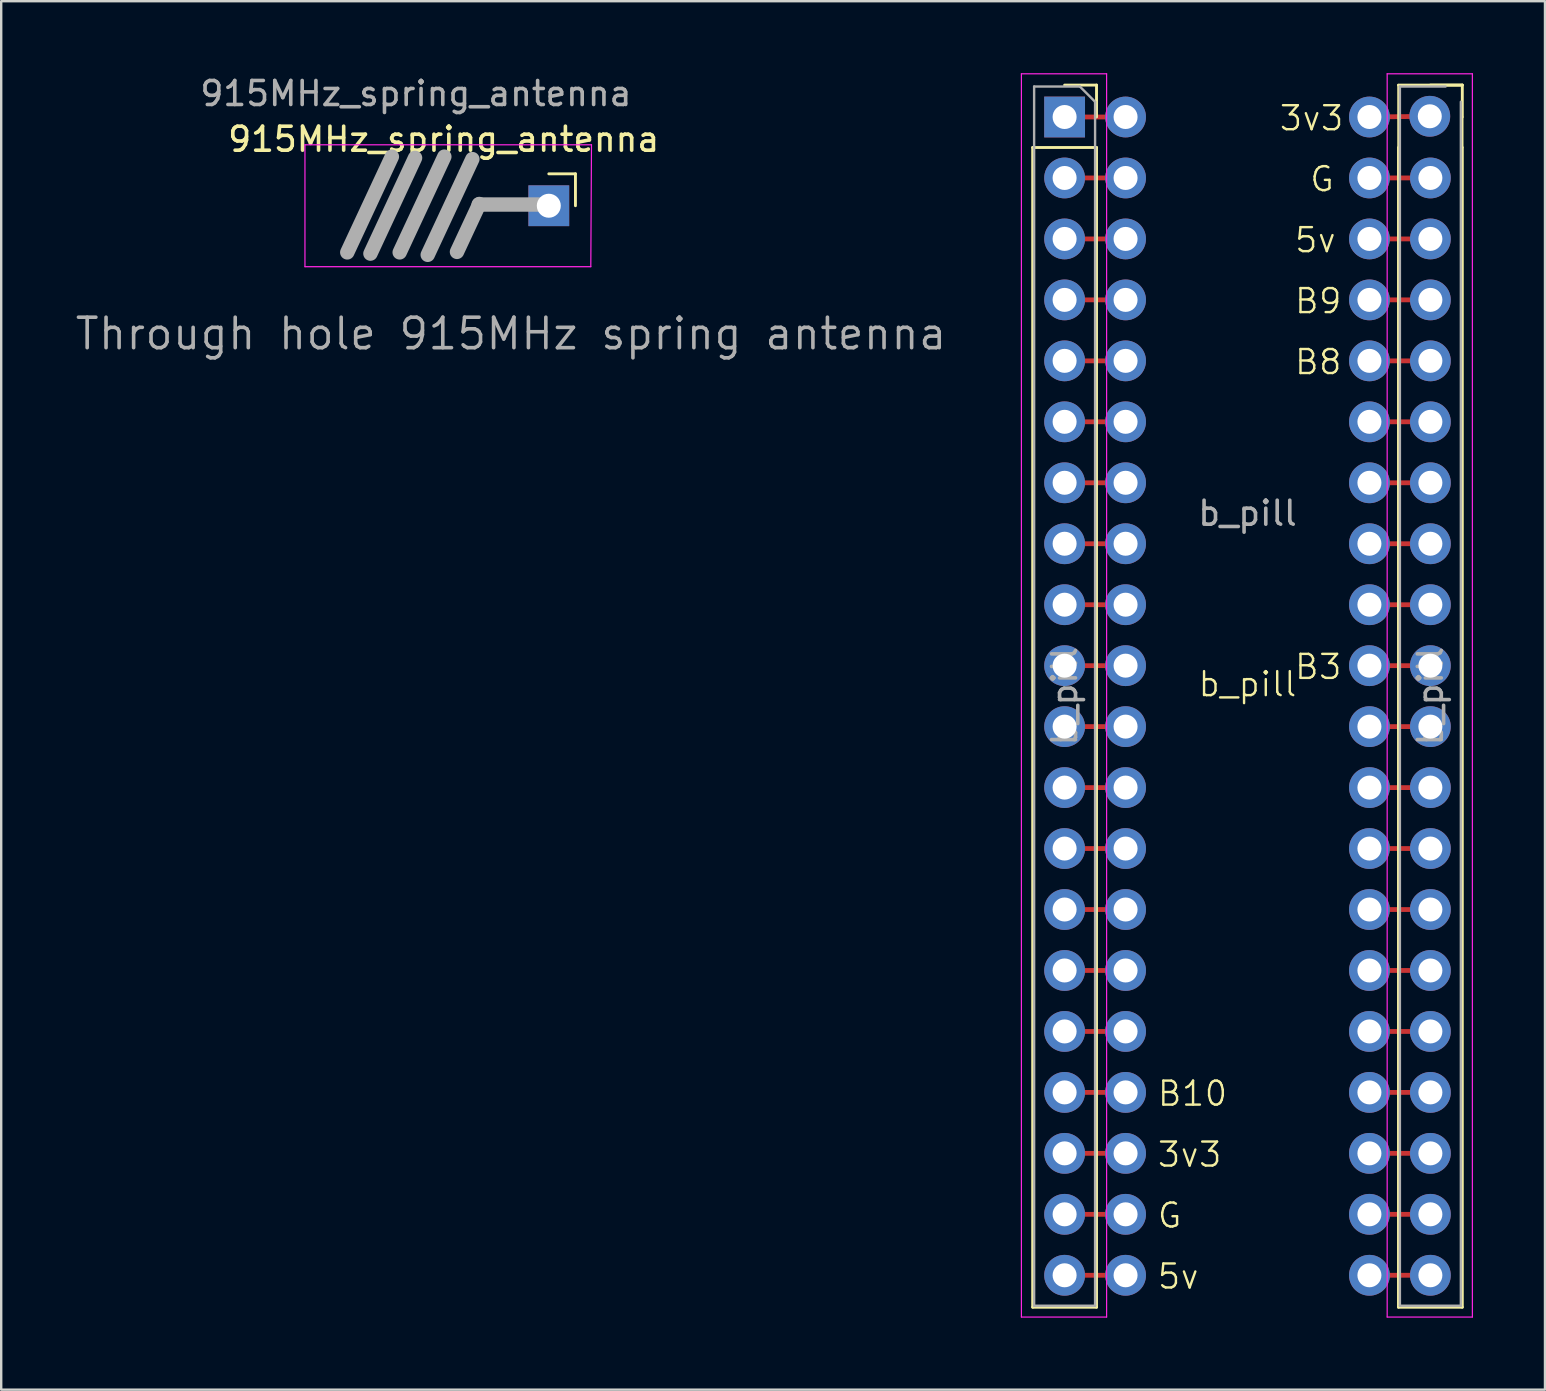
<source format=kicad_pcb>
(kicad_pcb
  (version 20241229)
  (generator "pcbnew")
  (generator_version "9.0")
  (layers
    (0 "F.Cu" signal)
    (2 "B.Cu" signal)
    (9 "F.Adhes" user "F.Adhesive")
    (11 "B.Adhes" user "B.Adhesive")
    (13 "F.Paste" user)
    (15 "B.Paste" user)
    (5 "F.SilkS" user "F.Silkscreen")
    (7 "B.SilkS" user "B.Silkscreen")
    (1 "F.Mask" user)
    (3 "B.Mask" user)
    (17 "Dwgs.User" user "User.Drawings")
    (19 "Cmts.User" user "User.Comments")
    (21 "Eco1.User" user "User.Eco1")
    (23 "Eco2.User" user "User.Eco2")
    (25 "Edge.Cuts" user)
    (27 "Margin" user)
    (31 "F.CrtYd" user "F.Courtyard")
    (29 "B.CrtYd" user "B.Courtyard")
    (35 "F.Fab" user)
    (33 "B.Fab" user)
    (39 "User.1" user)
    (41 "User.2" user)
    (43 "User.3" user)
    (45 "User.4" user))
  (footprint "915MHz_spring_antenna"
    (layer "F.Cu")
    (at 19.816 5.522)
    (property "Reference" "915MHz_spring_antenna" (at -4.38 -2.77 0) (layer "F.SilkS") (effects (font (size 1 1) (thickness 0.15))))
    (property "Description" "Through hole 915MHz spring antenna" (at -1.575 5.334 0) (unlocked yes) (layer "F.Fab") (effects (font (size 1.27 1.27) (thickness 0.15))))
    (attr through_hole)
    (fp_line (start 0 -1.33) (end 1.11 -1.33) (stroke (width 0.12) (type solid)) (layer "F.SilkS"))
    (fp_line (start 1.11 -1.33) (end 1.11 0) (stroke (width 0.12) (type solid)) (layer "F.SilkS"))
    (fp_line (start -10.16 -2.54) (end -10.16 2.54) (stroke (width 0.05) (type solid)) (layer "F.CrtYd"))
    (fp_line (start -10.16 2.54) (end 1.75 2.54) (stroke (width 0.05) (type solid)) (layer "F.CrtYd"))
    (fp_line (start 1.75 2.54) (end 1.778 -2.54) (stroke (width 0.05) (type solid)) (layer "F.CrtYd"))
    (fp_line (start 1.778 -2.54) (end -10.16 -2.54) (stroke (width 0.05) (type solid)) (layer "F.CrtYd"))
    (fp_line (start -8.397 1.943) (end -6.538 -2.045) (stroke (width 0.6) (type solid)) (layer "F.Fab"))
    (fp_line (start -7.432 1.994) (end -5.573 -1.994) (stroke (width 0.6) (type solid)) (layer "F.Fab"))
    (fp_line (start -6.213 1.943) (end -4.353 -2.045) (stroke (width 0.6) (type solid)) (layer "F.Fab"))
    (fp_line (start -5.045 2.045) (end -3.185 -1.943) (stroke (width 0.6) (type solid)) (layer "F.Fab"))
    (fp_line (start -3.826 1.922) (end -2.896 -0.072) (stroke (width 0.6) (type solid)) (layer "F.Fab"))
    (fp_line (start -2.922 -0.051) (end 0.078 -0.051) (stroke (width 0.6) (type solid)) (layer "F.Fab"))
    (fp_line (start 0 0.3) (end 0 -0.3) (stroke (width 0.1) (type solid)) (layer "F.Fab"))
    (fp_text user "${REFERENCE}" (at -5.537 -4.674 0) (layer "F.Fab") (effects (font (size 1 1) (thickness 0.15))))
    (pad "1" thru_hole rect (at 0 0) (size 1.7 1.7) (drill 1) (layers "*.Cu" "*.Mask")))
  (footprint "b_pill"
    (layer "F.Cu")
    (at 48.927 25.955)
    (property "Reference" "b_pill" (at 0 -0.5 0) (unlocked yes) (layer "F.SilkS") (effects (font (size 1 1) (thickness 0.1))))
    (attr through_hole)
    (fp_line (start -7.62 -24.13) (end -5.08 -24.13) (stroke (width 0.2) (type default)) (layer "F.Cu"))
    (fp_line (start -7.62 -21.59) (end -5.08 -21.59) (stroke (width 0.2) (type default)) (layer "F.Cu"))
    (fp_line (start -7.62 -19.05) (end -5.08 -19.05) (stroke (width 0.2) (type default)) (layer "F.Cu"))
    (fp_line (start -7.62 -16.51) (end -5.08 -16.51) (stroke (width 0.2) (type default)) (layer "F.Cu"))
    (fp_line (start -7.62 -13.97) (end -5.08 -13.97) (stroke (width 0.2) (type default)) (layer "F.Cu"))
    (fp_line (start -7.62 -11.43) (end -5.08 -11.43) (stroke (width 0.2) (type default)) (layer "F.Cu"))
    (fp_line (start -7.62 -8.89) (end -5.08 -8.89) (stroke (width 0.2) (type default)) (layer "F.Cu"))
    (fp_line (start -7.62 -6.35) (end -5.08 -6.35) (stroke (width 0.2) (type default)) (layer "F.Cu"))
    (fp_line (start -7.62 -3.81) (end -5.08 -3.81) (stroke (width 0.2) (type default)) (layer "F.Cu"))
    (fp_line (start -7.62 -1.27) (end -5.08 -1.27) (stroke (width 0.2) (type default)) (layer "F.Cu"))
    (fp_line (start -7.62 1.27) (end -5.08 1.27) (stroke (width 0.2) (type default)) (layer "F.Cu"))
    (fp_line (start -7.62 3.81) (end -5.08 3.81) (stroke (width 0.2) (type default)) (layer "F.Cu"))
    (fp_line (start -7.62 6.35) (end -5.08 6.35) (stroke (width 0.2) (type default)) (layer "F.Cu"))
    (fp_line (start -7.62 8.89) (end -5.08 8.89) (stroke (width 0.2) (type default)) (layer "F.Cu"))
    (fp_line (start -7.62 11.43) (end -5.08 11.43) (stroke (width 0.2) (type default)) (layer "F.Cu"))
    (fp_line (start -7.62 13.97) (end -5.08 13.97) (stroke (width 0.2) (type default)) (layer "F.Cu"))
    (fp_line (start -7.62 16.51) (end -5.08 16.51) (stroke (width 0.2) (type default)) (layer "F.Cu"))
    (fp_line (start -7.62 19.05) (end -5.08 19.05) (stroke (width 0.2) (type default)) (layer "F.Cu"))
    (fp_line (start -7.62 21.59) (end -5.08 21.59) (stroke (width 0.2) (type default)) (layer "F.Cu"))
    (fp_line (start -7.62 24.13) (end -5.08 24.13) (stroke (width 0.2) (type default)) (layer "F.Cu"))
    (fp_line (start 5.08 -24.13) (end 7.595 -24.16) (stroke (width 0.2) (type default)) (layer "F.Cu"))
    (fp_line (start 5.08 -21.59) (end 7.62 -21.59) (stroke (width 0.2) (type default)) (layer "F.Cu"))
    (fp_line (start 5.08 -19.05) (end 7.62 -19.05) (stroke (width 0.2) (type default)) (layer "F.Cu"))
    (fp_line (start 5.08 -16.51) (end 7.62 -16.51) (stroke (width 0.2) (type default)) (layer "F.Cu"))
    (fp_line (start 5.08 -13.97) (end 7.62 -13.97) (stroke (width 0.2) (type default)) (layer "F.Cu"))
    (fp_line (start 5.08 -11.43) (end 7.62 -11.43) (stroke (width 0.2) (type default)) (layer "F.Cu"))
    (fp_line (start 5.08 -8.89) (end 7.62 -8.89) (stroke (width 0.2) (type default)) (layer "F.Cu"))
    (fp_line (start 5.08 -6.35) (end 7.62 -6.35) (stroke (width 0.2) (type default)) (layer "F.Cu"))
    (fp_line (start 5.08 -3.81) (end 7.62 -3.81) (stroke (width 0.2) (type default)) (layer "F.Cu"))
    (fp_line (start 5.08 -1.27) (end 7.62 -1.27) (stroke (width 0.2) (type default)) (layer "F.Cu"))
    (fp_line (start 5.08 1.27) (end 7.62 1.27) (stroke (width 0.2) (type default)) (layer "F.Cu"))
    (fp_line (start 5.08 3.81) (end 7.62 3.81) (stroke (width 0.2) (type default)) (layer "F.Cu"))
    (fp_line (start 5.08 6.35) (end 7.62 6.35) (stroke (width 0.2) (type default)) (layer "F.Cu"))
    (fp_line (start 5.08 8.89) (end 7.62 8.89) (stroke (width 0.2) (type default)) (layer "F.Cu"))
    (fp_line (start 5.08 11.43) (end 7.62 11.43) (stroke (width 0.2) (type default)) (layer "F.Cu"))
    (fp_line (start 5.08 13.97) (end 7.62 13.97) (stroke (width 0.2) (type default)) (layer "F.Cu"))
    (fp_line (start 5.08 16.51) (end 7.62 16.51) (stroke (width 0.2) (type default)) (layer "F.Cu"))
    (fp_line (start 5.08 19.05) (end 7.62 19.05) (stroke (width 0.2) (type default)) (layer "F.Cu"))
    (fp_line (start 5.08 21.59) (end 7.62 21.59) (stroke (width 0.2) (type default)) (layer "F.Cu"))
    (fp_line (start 5.08 24.13) (end 7.62 24.13) (stroke (width 0.2) (type default)) (layer "F.Cu"))
    (fp_line (start -8.95 -22.86) (end -8.95 25.46) (stroke (width 0.12) (type solid)) (layer "F.SilkS"))
    (fp_line (start -8.95 -22.86) (end -6.29 -22.86) (stroke (width 0.12) (type solid)) (layer "F.SilkS"))
    (fp_line (start -8.95 25.46) (end -6.29 25.46) (stroke (width 0.12) (type solid)) (layer "F.SilkS"))
    (fp_line (start -7.62 -25.46) (end -6.29 -25.46) (stroke (width 0.12) (type solid)) (layer "F.SilkS"))
    (fp_line (start -6.29 -25.46) (end -6.29 -24.13) (stroke (width 0.12) (type solid)) (layer "F.SilkS"))
    (fp_line (start -6.29 -22.86) (end -6.29 25.46) (stroke (width 0.12) (type solid)) (layer "F.SilkS"))
    (fp_line (start 6.29 -25.46) (end 6.29 -22.86) (stroke (width 0.1) (type default)) (layer "F.SilkS"))
    (fp_line (start 6.29 -25.46) (end 8.95 -25.46) (stroke (width 0.12) (type solid)) (layer "F.SilkS"))
    (fp_line (start 6.29 -22.86) (end 6.29 25.46) (stroke (width 0.12) (type solid)) (layer "F.SilkS"))
    (fp_line (start 6.29 25.46) (end 8.95 25.46) (stroke (width 0.12) (type solid)) (layer "F.SilkS"))
    (fp_line (start 7.62 -25.46) (end 8.95 -25.46) (stroke (width 0.12) (type solid)) (layer "F.SilkS"))
    (fp_line (start 8.95 -25.46) (end 8.95 -24.13) (stroke (width 0.12) (type solid)) (layer "F.SilkS"))
    (fp_line (start 8.95 -24.13) (end 8.95 -22.86) (stroke (width 0.1) (type default)) (layer "F.SilkS"))
    (fp_line (start 8.95 -22.86) (end 8.95 25.46) (stroke (width 0.12) (type solid)) (layer "F.SilkS"))
    (fp_line (start -9.42 -25.93) (end -5.87 -25.93) (stroke (width 0.05) (type solid)) (layer "F.CrtYd"))
    (fp_line (start -9.42 25.87) (end -9.42 -25.93) (stroke (width 0.05) (type solid)) (layer "F.CrtYd"))
    (fp_line (start -5.87 -25.93) (end -5.87 25.87) (stroke (width 0.05) (type solid)) (layer "F.CrtYd"))
    (fp_line (start -5.87 25.87) (end -9.42 25.87) (stroke (width 0.05) (type solid)) (layer "F.CrtYd"))
    (fp_line (start 5.82 -25.93) (end 9.37 -25.93) (stroke (width 0.05) (type solid)) (layer "F.CrtYd"))
    (fp_line (start 5.82 25.87) (end 5.82 -25.93) (stroke (width 0.05) (type solid)) (layer "F.CrtYd"))
    (fp_line (start 9.37 -25.93) (end 9.37 25.87) (stroke (width 0.05) (type solid)) (layer "F.CrtYd"))
    (fp_line (start 9.37 25.87) (end 5.82 25.87) (stroke (width 0.05) (type solid)) (layer "F.CrtYd"))
    (fp_line (start -8.89 -25.4) (end -6.985 -25.4) (stroke (width 0.1) (type solid)) (layer "F.Fab"))
    (fp_line (start -8.89 25.4) (end -8.89 -25.4) (stroke (width 0.1) (type solid)) (layer "F.Fab"))
    (fp_line (start -6.985 -25.4) (end -6.35 -24.765) (stroke (width 0.1) (type solid)) (layer "F.Fab"))
    (fp_line (start -6.35 -24.765) (end -6.35 25.4) (stroke (width 0.1) (type solid)) (layer "F.Fab"))
    (fp_line (start -6.35 25.4) (end -8.89 25.4) (stroke (width 0.1) (type solid)) (layer "F.Fab"))
    (fp_line (start 6.35 -25.4) (end 8.255 -25.4) (stroke (width 0.1) (type solid)) (layer "F.Fab"))
    (fp_line (start 6.35 25.4) (end 6.35 -25.4) (stroke (width 0.1) (type solid)) (layer "F.Fab"))
    (fp_line (start 8.89 -24.765) (end 8.89 25.4) (stroke (width 0.1) (type solid)) (layer "F.Fab"))
    (fp_line (start 8.89 25.4) (end 6.35 25.4) (stroke (width 0.1) (type solid)) (layer "F.Fab"))
    (fp_text user "3v3" (at 1.27 -23.495 0) (unlocked yes) (layer "F.SilkS") (effects (font (size 1 1) (thickness 0.1)) (justify left bottom)))
    (fp_text user "B8" (at 1.905 -13.335 0) (unlocked yes) (layer "F.SilkS") (effects (font (size 1 1) (thickness 0.1)) (justify left bottom)))
    (fp_text user "B9" (at 1.905 -15.875 0) (unlocked yes) (layer "F.SilkS") (effects (font (size 1 1) (thickness 0.1)) (justify left bottom)))
    (fp_text user "5v" (at 1.905 -18.415 0) (unlocked yes) (layer "F.SilkS") (effects (font (size 1 1) (thickness 0.1)) (justify left bottom)))
    (fp_text user "B3" (at 1.905 -0.635 0) (unlocked yes) (layer "F.SilkS") (effects (font (size 1 1) (thickness 0.1)) (justify left bottom)))
    (fp_text user "B10" (at -3.81 17.145 0) (unlocked yes) (layer "F.SilkS") (effects (font (size 1 1) (thickness 0.1)) (justify left bottom)))
    (fp_text user "3v3" (at -3.81 19.685 0) (unlocked yes) (layer "F.SilkS") (effects (font (size 1 1) (thickness 0.1)) (justify left bottom)))
    (fp_text user "G" (at -3.81 22.225 0) (unlocked yes) (layer "F.SilkS") (effects (font (size 1 1) (thickness 0.1)) (justify left bottom)))
    (fp_text user "5v" (at -3.81 24.765 0) (unlocked yes) (layer "F.SilkS") (effects (font (size 1 1) (thickness 0.1)) (justify left bottom)))
    (fp_text user "G" (at 2.54 -20.955 0) (unlocked yes) (layer "F.SilkS") (effects (font (size 1 1) (thickness 0.1)) (justify left bottom)))
    (fp_text user "${REFERENCE}" (at 7.62 0 90) (layer "F.Fab") (effects (font (size 1 1) (thickness 0.15))))
    (fp_text user "${REFERENCE}" (at 0 -7.62 0) (unlocked yes) (layer "F.Fab") (effects (font (size 1 1) (thickness 0.15))))
    (fp_text user "${REFERENCE}" (at -7.62 0 90) (layer "F.Fab") (effects (font (size 1 1) (thickness 0.15))))
    (pad "1" thru_hole rect (at -7.62 -24.13) (size 1.7 1.7) (drill 1) (layers "*.Cu" "*.Mask"))
    (pad "1" thru_hole oval (at -5.08 -24.13) (size 1.7 1.7) (drill 1) (layers "*.Cu" "*.Mask"))
    (pad "1" thru_hole oval (at 5.08 -24.13) (size 1.7 1.7) (drill 1) (layers "*.Cu" "*.Mask"))
    (pad "2" thru_hole oval (at -7.62 -21.59) (size 1.7 1.7) (drill 1) (layers "*.Cu" "*.Mask"))
    (pad "2" thru_hole oval (at -5.08 -21.59) (size 1.7 1.7) (drill 1) (layers "*.Cu" "*.Mask"))
    (pad "2" thru_hole oval (at 5.08 -21.59) (size 1.7 1.7) (drill 1) (layers "*.Cu" "*.Mask"))
    (pad "3" thru_hole oval (at -7.62 -19.05) (size 1.7 1.7) (drill 1) (layers "*.Cu" "*.Mask"))
    (pad "3" thru_hole oval (at -5.08 -19.05) (size 1.7 1.7) (drill 1) (layers "*.Cu" "*.Mask"))
    (pad "3" thru_hole oval (at 5.08 -19.05) (size 1.7 1.7) (drill 1) (layers "*.Cu" "*.Mask"))
    (pad "4" thru_hole oval (at -7.62 -16.51) (size 1.7 1.7) (drill 1) (layers "*.Cu" "*.Mask"))
    (pad "4" thru_hole oval (at -5.08 -16.51) (size 1.7 1.7) (drill 1) (layers "*.Cu" "*.Mask"))
    (pad "4" thru_hole oval (at 5.08 -16.51) (size 1.7 1.7) (drill 1) (layers "*.Cu" "*.Mask"))
    (pad "5" thru_hole oval (at -7.62 -13.97) (size 1.7 1.7) (drill 1) (layers "*.Cu" "*.Mask"))
    (pad "5" thru_hole oval (at -5.08 -13.97) (size 1.7 1.7) (drill 1) (layers "*.Cu" "*.Mask"))
    (pad "5" thru_hole oval (at 5.08 -13.97) (size 1.7 1.7) (drill 1) (layers "*.Cu" "*.Mask"))
    (pad "6" thru_hole oval (at -7.62 -11.43) (size 1.7 1.7) (drill 1) (layers "*.Cu" "*.Mask"))
    (pad "6" thru_hole oval (at -5.08 -11.43) (size 1.7 1.7) (drill 1) (layers "*.Cu" "*.Mask"))
    (pad "6" thru_hole oval (at 5.08 -11.43) (size 1.7 1.7) (drill 1) (layers "*.Cu" "*.Mask"))
    (pad "7" thru_hole oval (at -7.62 -8.89) (size 1.7 1.7) (drill 1) (layers "*.Cu" "*.Mask"))
    (pad "7" thru_hole oval (at -5.08 -8.89) (size 1.7 1.7) (drill 1) (layers "*.Cu" "*.Mask"))
    (pad "7" thru_hole oval (at 5.08 -8.89) (size 1.7 1.7) (drill 1) (layers "*.Cu" "*.Mask"))
    (pad "8" thru_hole oval (at -7.62 -6.35) (size 1.7 1.7) (drill 1) (layers "*.Cu" "*.Mask"))
    (pad "8" thru_hole oval (at -5.08 -6.35) (size 1.7 1.7) (drill 1) (layers "*.Cu" "*.Mask"))
    (pad "8" thru_hole oval (at 5.08 -6.35) (size 1.7 1.7) (drill 1) (layers "*.Cu" "*.Mask"))
    (pad "9" thru_hole oval (at -7.62 -3.81) (size 1.7 1.7) (drill 1) (layers "*.Cu" "*.Mask"))
    (pad "9" thru_hole oval (at -5.08 -3.81) (size 1.7 1.7) (drill 1) (layers "*.Cu" "*.Mask"))
    (pad "9" thru_hole oval (at 5.08 -3.81) (size 1.7 1.7) (drill 1) (layers "*.Cu" "*.Mask"))
    (pad "10" thru_hole oval (at -7.62 -1.27) (size 1.7 1.7) (drill 1) (layers "*.Cu" "*.Mask"))
    (pad "10" thru_hole oval (at -5.08 -1.27) (size 1.7 1.7) (drill 1) (layers "*.Cu" "*.Mask"))
    (pad "10" thru_hole oval (at 5.08 -1.27) (size 1.7 1.7) (drill 1) (layers "*.Cu" "*.Mask"))
    (pad "11" thru_hole oval (at -7.62 1.27) (size 1.7 1.7) (drill 1) (layers "*.Cu" "*.Mask"))
    (pad "11" thru_hole oval (at -5.08 1.27) (size 1.7 1.7) (drill 1) (layers "*.Cu" "*.Mask"))
    (pad "11" thru_hole oval (at 5.08 1.27) (size 1.7 1.7) (drill 1) (layers "*.Cu" "*.Mask"))
    (pad "12" thru_hole oval (at -7.62 3.81) (size 1.7 1.7) (drill 1) (layers "*.Cu" "*.Mask"))
    (pad "12" thru_hole oval (at -5.08 3.81) (size 1.7 1.7) (drill 1) (layers "*.Cu" "*.Mask"))
    (pad "12" thru_hole oval (at 5.08 3.81) (size 1.7 1.7) (drill 1) (layers "*.Cu" "*.Mask"))
    (pad "13" thru_hole oval (at -7.62 6.35) (size 1.7 1.7) (drill 1) (layers "*.Cu" "*.Mask"))
    (pad "13" thru_hole oval (at -5.08 6.35) (size 1.7 1.7) (drill 1) (layers "*.Cu" "*.Mask"))
    (pad "13" thru_hole oval (at 5.08 6.35) (size 1.7 1.7) (drill 1) (layers "*.Cu" "*.Mask"))
    (pad "14" thru_hole oval (at -7.62 8.89) (size 1.7 1.7) (drill 1) (layers "*.Cu" "*.Mask"))
    (pad "14" thru_hole oval (at -5.08 8.89) (size 1.7 1.7) (drill 1) (layers "*.Cu" "*.Mask"))
    (pad "14" thru_hole oval (at 5.08 8.89) (size 1.7 1.7) (drill 1) (layers "*.Cu" "*.Mask"))
    (pad "15" thru_hole oval (at -7.62 11.43) (size 1.7 1.7) (drill 1) (layers "*.Cu" "*.Mask"))
    (pad "15" thru_hole oval (at -5.08 11.43) (size 1.7 1.7) (drill 1) (layers "*.Cu" "*.Mask"))
    (pad "15" thru_hole oval (at 5.08 11.43) (size 1.7 1.7) (drill 1) (layers "*.Cu" "*.Mask"))
    (pad "16" thru_hole oval (at -7.62 13.97) (size 1.7 1.7) (drill 1) (layers "*.Cu" "*.Mask"))
    (pad "16" thru_hole oval (at -5.08 13.97) (size 1.7 1.7) (drill 1) (layers "*.Cu" "*.Mask"))
    (pad "16" thru_hole oval (at 5.08 13.97) (size 1.7 1.7) (drill 1) (layers "*.Cu" "*.Mask"))
    (pad "17" thru_hole oval (at -7.62 16.51) (size 1.7 1.7) (drill 1) (layers "*.Cu" "*.Mask"))
    (pad "17" thru_hole oval (at -5.08 16.51) (size 1.7 1.7) (drill 1) (layers "*.Cu" "*.Mask"))
    (pad "17" thru_hole oval (at 5.08 16.51) (size 1.7 1.7) (drill 1) (layers "*.Cu" "*.Mask"))
    (pad "18" thru_hole oval (at -7.62 19.05) (size 1.7 1.7) (drill 1) (layers "*.Cu" "*.Mask"))
    (pad "18" thru_hole oval (at -5.08 19.05) (size 1.7 1.7) (drill 1) (layers "*.Cu" "*.Mask"))
    (pad "18" thru_hole oval (at 5.08 19.05) (size 1.7 1.7) (drill 1) (layers "*.Cu" "*.Mask"))
    (pad "19" thru_hole oval (at -7.62 21.59) (size 1.7 1.7) (drill 1) (layers "*.Cu" "*.Mask"))
    (pad "19" thru_hole oval (at -5.08 21.59) (size 1.7 1.7) (drill 1) (layers "*.Cu" "*.Mask"))
    (pad "19" thru_hole oval (at 5.08 21.59) (size 1.7 1.7) (drill 1) (layers "*.Cu" "*.Mask"))
    (pad "20" thru_hole oval (at -7.62 24.13) (size 1.7 1.7) (drill 1) (layers "*.Cu" "*.Mask"))
    (pad "20" thru_hole oval (at -5.08 24.13) (size 1.7 1.7) (drill 1) (layers "*.Cu" "*.Mask"))
    (pad "20" thru_hole oval (at 5.08 24.13) (size 1.7 1.7) (drill 1) (layers "*.Cu" "*.Mask"))
    (pad "21" thru_hole oval (at 7.62 24.13) (size 1.7 1.7) (drill 1) (layers "*.Cu" "*.Mask"))
    (pad "22" thru_hole oval (at 7.62 21.59) (size 1.7 1.7) (drill 1) (layers "*.Cu" "*.Mask"))
    (pad "23" thru_hole oval (at 7.62 19.05) (size 1.7 1.7) (drill 1) (layers "*.Cu" "*.Mask"))
    (pad "24" thru_hole oval (at 7.62 16.51) (size 1.7 1.7) (drill 1) (layers "*.Cu" "*.Mask"))
    (pad "25" thru_hole oval (at 7.62 13.97) (size 1.7 1.7) (drill 1) (layers "*.Cu" "*.Mask"))
    (pad "26" thru_hole oval (at 7.62 11.43) (size 1.7 1.7) (drill 1) (layers "*.Cu" "*.Mask"))
    (pad "27" thru_hole oval (at 7.62 8.89) (size 1.7 1.7) (drill 1) (layers "*.Cu" "*.Mask"))
    (pad "28" thru_hole oval (at 7.62 6.35) (size 1.7 1.7) (drill 1) (layers "*.Cu" "*.Mask"))
    (pad "29" thru_hole oval (at 7.62 3.81) (size 1.7 1.7) (drill 1) (layers "*.Cu" "*.Mask"))
    (pad "30" thru_hole oval (at 7.62 1.27) (size 1.7 1.7) (drill 1) (layers "*.Cu" "*.Mask"))
    (pad "31" thru_hole oval (at 7.62 -1.27) (size 1.7 1.7) (drill 1) (layers "*.Cu" "*.Mask"))
    (pad "32" thru_hole oval (at 7.62 -3.81) (size 1.7 1.7) (drill 1) (layers "*.Cu" "*.Mask"))
    (pad "33" thru_hole oval (at 7.62 -6.35) (size 1.7 1.7) (drill 1) (layers "*.Cu" "*.Mask"))
    (pad "34" thru_hole oval (at 7.62 -8.89) (size 1.7 1.7) (drill 1) (layers "*.Cu" "*.Mask"))
    (pad "35" thru_hole oval (at 7.62 -11.43) (size 1.7 1.7) (drill 1) (layers "*.Cu" "*.Mask"))
    (pad "36" thru_hole oval (at 7.62 -13.97) (size 1.7 1.7) (drill 1) (layers "*.Cu" "*.Mask"))
    (pad "37" thru_hole oval (at 7.62 -16.51) (size 1.7 1.7) (drill 1) (layers "*.Cu" "*.Mask"))
    (pad "38" thru_hole oval (at 7.62 -19.05) (size 1.7 1.7) (drill 1) (layers "*.Cu" "*.Mask"))
    (pad "39" thru_hole oval (at 7.62 -21.59) (size 1.7 1.7) (drill 1) (layers "*.Cu" "*.Mask"))
    (pad "40" thru_hole oval (at 7.595 -24.16) (size 1.7 1.7) (drill 1) (layers "*.Cu" "*.Mask")))
  (gr_rect
    (start -3 -3)
    (end 61.322 54.85)
    (stroke (width 0.1) (type default))
    (fill no)
    (layer "Edge.Cuts")))
</source>
